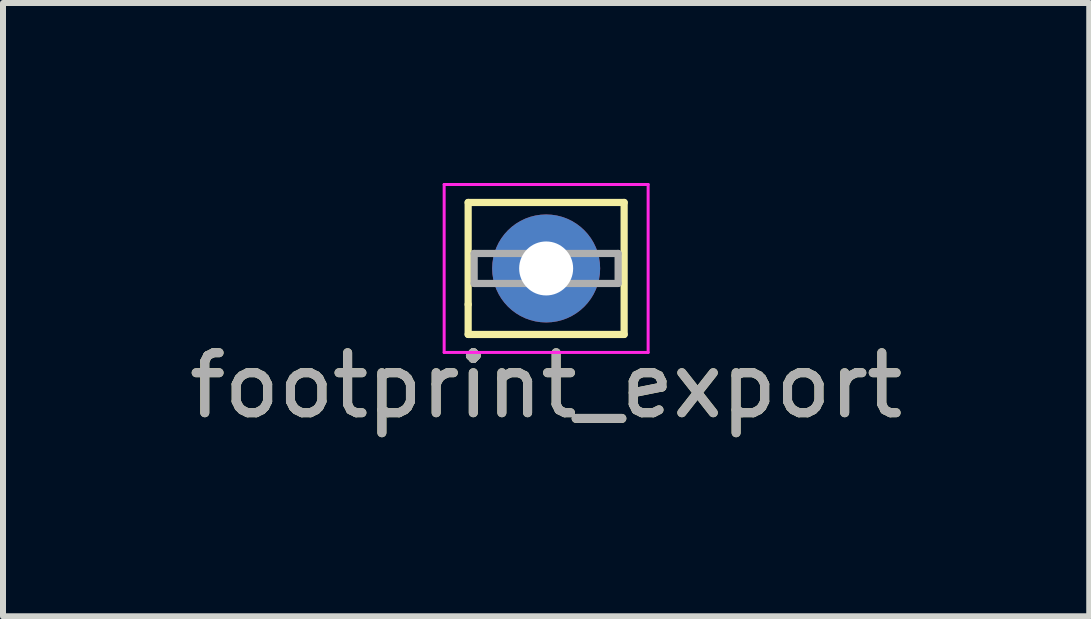
<source format=kicad_pcb>
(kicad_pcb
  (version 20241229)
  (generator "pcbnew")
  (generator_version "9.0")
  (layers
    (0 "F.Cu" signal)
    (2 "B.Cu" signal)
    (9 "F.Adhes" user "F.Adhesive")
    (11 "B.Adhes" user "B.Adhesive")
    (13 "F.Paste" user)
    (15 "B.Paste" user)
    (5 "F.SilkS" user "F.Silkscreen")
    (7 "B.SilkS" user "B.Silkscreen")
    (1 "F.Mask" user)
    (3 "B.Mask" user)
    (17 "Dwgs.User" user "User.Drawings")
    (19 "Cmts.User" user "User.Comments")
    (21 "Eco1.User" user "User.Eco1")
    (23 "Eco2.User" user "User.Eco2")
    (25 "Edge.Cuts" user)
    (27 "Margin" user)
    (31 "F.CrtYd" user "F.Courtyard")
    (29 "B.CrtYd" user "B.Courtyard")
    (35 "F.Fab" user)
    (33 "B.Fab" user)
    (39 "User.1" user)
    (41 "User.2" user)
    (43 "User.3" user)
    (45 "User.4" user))
  (footprint "footprint_export"
    (layer "F.Cu")
    (at 6.054 1.425)
    (property "Reference" "footprint_export" (at 0 1.95 0) (layer "F.SilkS") (effects (font (size 1 1) (thickness 0.15))))
    (attr through_hole)
    (fp_line (start -1.3 -1.1) (end -1.3 0.6) (stroke (width 0.12) (type solid)) (layer "F.SilkS"))
    (fp_line (start -1.3 0.6) (end -1.3 1.1) (stroke (width 0.12) (type solid)) (layer "F.SilkS"))
    (fp_line (start -1.3 1.1) (end 1.3 1.1) (stroke (width 0.12) (type solid)) (layer "F.SilkS"))
    (fp_line (start 1.3 -1.1) (end -1.3 -1.1) (stroke (width 0.12) (type solid)) (layer "F.SilkS"))
    (fp_line (start 1.3 1.1) (end 1.3 -1.1) (stroke (width 0.12) (type solid)) (layer "F.SilkS"))
    (fp_line (start -1.7 -1.4) (end -1.7 1.4) (stroke (width 0.05) (type solid)) (layer "F.CrtYd"))
    (fp_line (start -1.7 -1.4) (end 1.7 -1.4) (stroke (width 0.05) (type solid)) (layer "F.CrtYd"))
    (fp_line (start 1.7 1.4) (end -1.7 1.4) (stroke (width 0.05) (type solid)) (layer "F.CrtYd"))
    (fp_line (start 1.7 1.4) (end 1.7 -1.4) (stroke (width 0.05) (type solid)) (layer "F.CrtYd"))
    (fp_line (start -1.2 -0.25) (end -1.2 0.25) (stroke (width 0.12) (type solid)) (layer "F.Fab"))
    (fp_line (start -1.2 0.25) (end 1.2 0.25) (stroke (width 0.12) (type solid)) (layer "F.Fab"))
    (fp_line (start 1.2 -0.25) (end -1.2 -0.25) (stroke (width 0.12) (type solid)) (layer "F.Fab"))
    (fp_line (start 1.2 0.25) (end 1.2 -0.25) (stroke (width 0.12) (type solid)) (layer "F.Fab"))
    (fp_text user "${REFERENCE}" (at 0 1.95 0) (layer "F.Fab") (effects (font (size 1 1) (thickness 0.15))))
    (pad "1" thru_hole circle (at 0 0) (size 1.8 1.8) (drill 0.9) (layers "*.Cu" "*.Mask")))
  (gr_rect
    (start -3 -3)
    (end 15.107 7.223)
    (stroke (width 0.1) (type default))
    (fill no)
    (layer "Edge.Cuts")))
</source>
